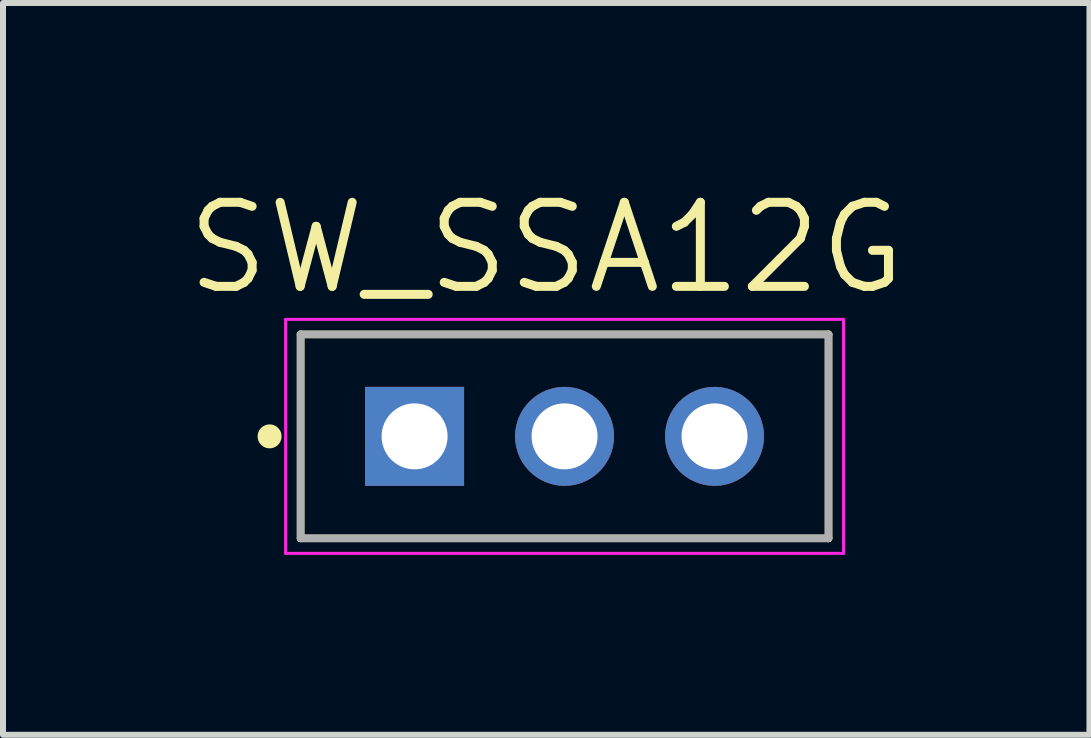
<source format=kicad_pcb>
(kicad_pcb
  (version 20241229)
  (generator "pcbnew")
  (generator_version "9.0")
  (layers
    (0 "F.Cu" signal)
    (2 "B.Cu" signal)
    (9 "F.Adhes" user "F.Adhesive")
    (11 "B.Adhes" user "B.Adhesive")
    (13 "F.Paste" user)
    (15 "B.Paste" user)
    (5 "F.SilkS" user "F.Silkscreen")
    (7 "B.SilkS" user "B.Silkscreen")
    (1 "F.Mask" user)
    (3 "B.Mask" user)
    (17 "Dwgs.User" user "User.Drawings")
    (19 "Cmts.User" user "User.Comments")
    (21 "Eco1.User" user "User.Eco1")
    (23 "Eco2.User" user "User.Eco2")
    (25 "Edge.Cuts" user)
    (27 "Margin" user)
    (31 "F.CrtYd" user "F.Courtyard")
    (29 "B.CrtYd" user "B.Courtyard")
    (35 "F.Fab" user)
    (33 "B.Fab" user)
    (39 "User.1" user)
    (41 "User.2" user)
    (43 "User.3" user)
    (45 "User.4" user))
  (footprint "SW_SSA12G"
    (layer "F.Cu")
    (at 6.361 4.224)
    (property "Reference" "SW_SSA12G" (at -0.305 -3.141 0) (layer "F.SilkS") (effects (font (size 1.401 1.401) (thickness 0.15))))
    (attr through_hole)
    (fp_line (start -4.4 -1.7) (end 4.4 -1.7) (stroke (width 0.127) (type solid)) (layer "F.SilkS"))
    (fp_line (start -4.4 1.7) (end -4.4 -1.7) (stroke (width 0.127) (type solid)) (layer "F.SilkS"))
    (fp_line (start 4.4 -1.7) (end 4.4 1.7) (stroke (width 0.127) (type solid)) (layer "F.SilkS"))
    (fp_line (start 4.4 1.7) (end -4.4 1.7) (stroke (width 0.127) (type solid)) (layer "F.SilkS"))
    (fp_circle (center -4.917 0) (end -4.817 0) (stroke (width 0.2) (type solid)) (fill no) (layer "F.SilkS"))
    (fp_line (start -4.65 -1.95) (end 4.65 -1.95) (stroke (width 0.05) (type solid)) (layer "F.CrtYd"))
    (fp_line (start -4.65 1.95) (end -4.65 -1.95) (stroke (width 0.05) (type solid)) (layer "F.CrtYd"))
    (fp_line (start 4.65 -1.95) (end 4.65 1.95) (stroke (width 0.05) (type solid)) (layer "F.CrtYd"))
    (fp_line (start 4.65 1.95) (end -4.65 1.95) (stroke (width 0.05) (type solid)) (layer "F.CrtYd"))
    (fp_line (start -4.4 -1.7) (end 4.4 -1.7) (stroke (width 0.127) (type solid)) (layer "F.Fab"))
    (fp_line (start -4.4 1.7) (end -4.4 -1.7) (stroke (width 0.127) (type solid)) (layer "F.Fab"))
    (fp_line (start 4.4 -1.7) (end 4.4 1.7) (stroke (width 0.127) (type solid)) (layer "F.Fab"))
    (fp_line (start 4.4 1.7) (end -4.4 1.7) (stroke (width 0.127) (type solid)) (layer "F.Fab"))
    (fp_circle (center -2.54 0) (end -2.44 0) (stroke (width 0.2) (type solid)) (fill no) (layer "F.Fab"))
    (pad "1" thru_hole rect (at -2.5 0) (size 1.65 1.65) (drill 1.1) (layers "*.Cu" "*.Mask"))
    (pad "2" thru_hole circle (at 0 0) (size 1.65 1.65) (drill 1.1) (layers "*.Cu" "*.Mask"))
    (pad "3" thru_hole circle (at 2.5 0) (size 1.65 1.65) (drill 1.1) (layers "*.Cu" "*.Mask")))
  (gr_rect
    (start -3 -3)
    (end 15.111 9.199)
    (stroke (width 0.1) (type default))
    (fill no)
    (layer "Edge.Cuts")))
</source>
